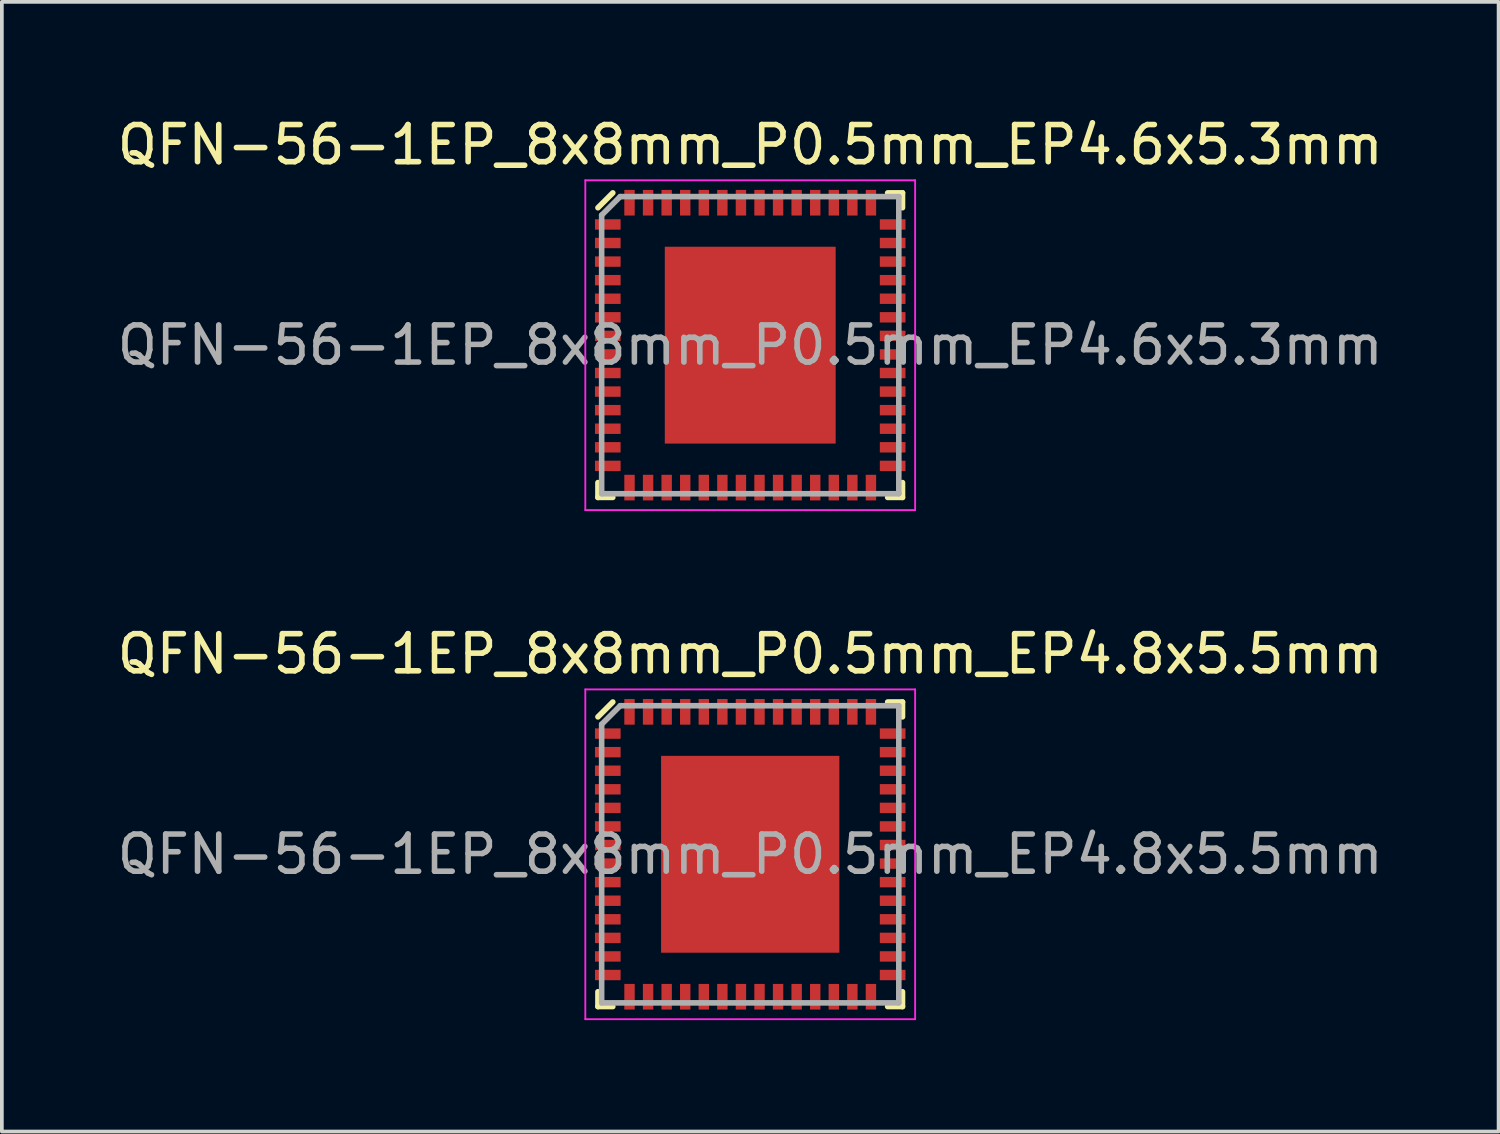
<source format=kicad_pcb>
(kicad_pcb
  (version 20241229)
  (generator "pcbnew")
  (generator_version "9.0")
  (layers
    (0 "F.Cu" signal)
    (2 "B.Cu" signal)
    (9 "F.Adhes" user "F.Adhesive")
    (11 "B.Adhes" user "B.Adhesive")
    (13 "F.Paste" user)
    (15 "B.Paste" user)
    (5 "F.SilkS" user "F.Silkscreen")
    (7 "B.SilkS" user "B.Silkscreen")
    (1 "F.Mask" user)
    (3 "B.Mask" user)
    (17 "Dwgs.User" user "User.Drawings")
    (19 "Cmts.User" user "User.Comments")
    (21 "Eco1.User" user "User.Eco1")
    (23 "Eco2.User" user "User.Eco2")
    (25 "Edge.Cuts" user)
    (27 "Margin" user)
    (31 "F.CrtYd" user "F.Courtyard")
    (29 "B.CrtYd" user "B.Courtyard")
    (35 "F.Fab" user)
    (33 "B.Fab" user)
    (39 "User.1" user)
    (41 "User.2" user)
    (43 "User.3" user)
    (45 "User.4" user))
  (footprint "QFN-56-1EP_8x8mm_P0.5mm_EP4.8x5.5mm"
    (layer "F.Cu")
    (at 17.149 19.951)
    (property "Reference" "QFN-56-1EP_8x8mm_P0.5mm_EP4.8x5.5mm" (at 0 -5.395 0) (layer "F.SilkS") (effects (font (size 1 1) (thickness 0.15))))
    (attr smd)
    (fp_line (start -4.1 -3.7) (end -3.7 -4.1) (stroke (width 0.15) (type solid)) (layer "F.SilkS"))
    (fp_line (start -4.1 4.1) (end -4.1 3.7) (stroke (width 0.15) (type solid)) (layer "F.SilkS"))
    (fp_line (start -4.1 4.1) (end -3.7 4.1) (stroke (width 0.15) (type solid)) (layer "F.SilkS"))
    (fp_line (start 3.7 -4.1) (end 4.1 -4.1) (stroke (width 0.15) (type solid)) (layer "F.SilkS"))
    (fp_line (start 4.1 -4.1) (end 4.1 -3.7) (stroke (width 0.15) (type solid)) (layer "F.SilkS"))
    (fp_line (start 4.1 3.7) (end 4.1 4.1) (stroke (width 0.15) (type solid)) (layer "F.SilkS"))
    (fp_line (start 4.1 4.1) (end 3.7 4.1) (stroke (width 0.15) (type solid)) (layer "F.SilkS"))
    (fp_line (start -4.44 -4.44) (end 4.44 -4.44) (stroke (width 0.05) (type solid)) (layer "F.CrtYd"))
    (fp_line (start -4.44 4.44) (end -4.44 -4.44) (stroke (width 0.05) (type solid)) (layer "F.CrtYd"))
    (fp_line (start 4.44 -4.44) (end 4.44 4.44) (stroke (width 0.05) (type solid)) (layer "F.CrtYd"))
    (fp_line (start 4.44 4.44) (end -4.44 4.44) (stroke (width 0.05) (type solid)) (layer "F.CrtYd"))
    (fp_line (start -4 -3.5) (end -3.5 -4) (stroke (width 0.15) (type solid)) (layer "F.Fab"))
    (fp_line (start -4 4) (end -4 -3.5) (stroke (width 0.15) (type solid)) (layer "F.Fab"))
    (fp_line (start -3.5 -4) (end 4 -4) (stroke (width 0.15) (type solid)) (layer "F.Fab"))
    (fp_line (start 4 -4) (end 4 4) (stroke (width 0.15) (type solid)) (layer "F.Fab"))
    (fp_line (start 4 4) (end -4 4) (stroke (width 0.15) (type solid)) (layer "F.Fab"))
    (fp_text user "${REFERENCE}" (at 0 0 0) (layer "F.Fab") (effects (font (size 1 1) (thickness 0.15))))
    (pad "" smd rect (at -1.2 -2 90) (size 1.14 2.22) (layers "F.Paste"))
    (pad "" smd rect (at -1.2 -0.7 90) (size 1.14 2.22) (layers "F.Paste"))
    (pad "" smd rect (at -1.2 0.7 90) (size 1.14 2.22) (layers "F.Paste"))
    (pad "" smd rect (at -1.2 2 90) (size 1.14 2.22) (layers "F.Paste"))
    (pad "" smd rect (at 1.2 -2 90) (size 1.14 2.22) (layers "F.Paste"))
    (pad "" smd rect (at 1.2 -0.7 90) (size 1.14 2.22) (layers "F.Paste"))
    (pad "" smd rect (at 1.2 0.7 90) (size 1.14 2.226) (layers "F.Paste"))
    (pad "" smd rect (at 1.2 2 90) (size 1.14 2.22) (layers "F.Paste"))
    (pad "1" smd rect (at -3.835 -3.25 90) (size 0.28 0.69) (layers "F.Cu" "F.Mask" "F.Paste"))
    (pad "2" smd rect (at -3.835 -2.75 90) (size 0.28 0.69) (layers "F.Cu" "F.Mask" "F.Paste"))
    (pad "3" smd rect (at -3.835 -2.25 90) (size 0.28 0.69) (layers "F.Cu" "F.Mask" "F.Paste"))
    (pad "4" smd rect (at -3.835 -1.75 90) (size 0.28 0.69) (layers "F.Cu" "F.Mask" "F.Paste"))
    (pad "5" smd rect (at -3.835 -1.25 90) (size 0.28 0.69) (layers "F.Cu" "F.Mask" "F.Paste"))
    (pad "6" smd rect (at -3.835 -0.75 90) (size 0.28 0.69) (layers "F.Cu" "F.Mask" "F.Paste"))
    (pad "7" smd rect (at -3.835 -0.25 90) (size 0.28 0.69) (layers "F.Cu" "F.Mask" "F.Paste"))
    (pad "8" smd rect (at -3.835 0.25 90) (size 0.28 0.69) (layers "F.Cu" "F.Mask" "F.Paste"))
    (pad "9" smd rect (at -3.835 0.75 90) (size 0.28 0.69) (layers "F.Cu" "F.Mask" "F.Paste"))
    (pad "10" smd rect (at -3.835 1.25 90) (size 0.28 0.69) (layers "F.Cu" "F.Mask" "F.Paste"))
    (pad "11" smd rect (at -3.835 1.75 90) (size 0.28 0.69) (layers "F.Cu" "F.Mask" "F.Paste"))
    (pad "12" smd rect (at -3.835 2.25 90) (size 0.28 0.69) (layers "F.Cu" "F.Mask" "F.Paste"))
    (pad "13" smd rect (at -3.835 2.75 90) (size 0.28 0.69) (layers "F.Cu" "F.Mask" "F.Paste"))
    (pad "14" smd rect (at -3.835 3.25 90) (size 0.28 0.69) (layers "F.Cu" "F.Mask" "F.Paste"))
    (pad "15" smd rect (at -3.25 3.835) (size 0.28 0.69) (layers "F.Cu" "F.Mask" "F.Paste"))
    (pad "16" smd rect (at -2.75 3.835) (size 0.28 0.69) (layers "F.Cu" "F.Mask" "F.Paste"))
    (pad "17" smd rect (at -2.25 3.835) (size 0.28 0.69) (layers "F.Cu" "F.Mask" "F.Paste"))
    (pad "18" smd rect (at -1.75 3.835) (size 0.28 0.69) (layers "F.Cu" "F.Mask" "F.Paste"))
    (pad "19" smd rect (at -1.25 3.835) (size 0.28 0.69) (layers "F.Cu" "F.Mask" "F.Paste"))
    (pad "20" smd rect (at -0.75 3.835) (size 0.28 0.69) (layers "F.Cu" "F.Mask" "F.Paste"))
    (pad "21" smd rect (at -0.25 3.835) (size 0.28 0.69) (layers "F.Cu" "F.Mask" "F.Paste"))
    (pad "22" smd rect (at 0.25 3.835) (size 0.28 0.69) (layers "F.Cu" "F.Mask" "F.Paste"))
    (pad "23" smd rect (at 0.75 3.835) (size 0.28 0.69) (layers "F.Cu" "F.Mask" "F.Paste"))
    (pad "24" smd rect (at 1.25 3.835) (size 0.28 0.69) (layers "F.Cu" "F.Mask" "F.Paste"))
    (pad "25" smd rect (at 1.75 3.835) (size 0.28 0.69) (layers "F.Cu" "F.Mask" "F.Paste"))
    (pad "26" smd rect (at 2.25 3.835) (size 0.28 0.69) (layers "F.Cu" "F.Mask" "F.Paste"))
    (pad "27" smd rect (at 2.75 3.835) (size 0.28 0.69) (layers "F.Cu" "F.Mask" "F.Paste"))
    (pad "28" smd rect (at 3.25 3.835) (size 0.28 0.69) (layers "F.Cu" "F.Mask" "F.Paste"))
    (pad "29" smd rect (at 3.835 3.25 90) (size 0.28 0.69) (layers "F.Cu" "F.Mask" "F.Paste"))
    (pad "30" smd rect (at 3.835 2.75 90) (size 0.28 0.69) (layers "F.Cu" "F.Mask" "F.Paste"))
    (pad "31" smd rect (at 3.835 2.25 90) (size 0.28 0.69) (layers "F.Cu" "F.Mask" "F.Paste"))
    (pad "32" smd rect (at 3.835 1.75 90) (size 0.28 0.69) (layers "F.Cu" "F.Mask" "F.Paste"))
    (pad "33" smd rect (at 3.835 1.25 90) (size 0.28 0.69) (layers "F.Cu" "F.Mask" "F.Paste"))
    (pad "34" smd rect (at 3.835 0.75 90) (size 0.28 0.69) (layers "F.Cu" "F.Mask" "F.Paste"))
    (pad "35" smd rect (at 3.835 0.25 90) (size 0.28 0.69) (layers "F.Cu" "F.Mask" "F.Paste"))
    (pad "36" smd rect (at 3.835 -0.25 90) (size 0.28 0.69) (layers "F.Cu" "F.Mask" "F.Paste"))
    (pad "37" smd rect (at 3.835 -0.75 90) (size 0.28 0.69) (layers "F.Cu" "F.Mask" "F.Paste"))
    (pad "38" smd rect (at 3.835 -1.25 90) (size 0.28 0.69) (layers "F.Cu" "F.Mask" "F.Paste"))
    (pad "39" smd rect (at 3.835 -1.75 90) (size 0.28 0.69) (layers "F.Cu" "F.Mask" "F.Paste"))
    (pad "40" smd rect (at 3.835 -2.25 90) (size 0.28 0.69) (layers "F.Cu" "F.Mask" "F.Paste"))
    (pad "41" smd rect (at 3.835 -2.75 90) (size 0.28 0.69) (layers "F.Cu" "F.Mask" "F.Paste"))
    (pad "42" smd rect (at 3.835 -3.25 90) (size 0.28 0.69) (layers "F.Cu" "F.Mask" "F.Paste"))
    (pad "43" smd rect (at 3.25 -3.835) (size 0.28 0.69) (layers "F.Cu" "F.Mask" "F.Paste"))
    (pad "44" smd rect (at 2.75 -3.835) (size 0.28 0.69) (layers "F.Cu" "F.Mask" "F.Paste"))
    (pad "45" smd rect (at 2.25 -3.835) (size 0.28 0.69) (layers "F.Cu" "F.Mask" "F.Paste"))
    (pad "46" smd rect (at 1.75 -3.835) (size 0.28 0.69) (layers "F.Cu" "F.Mask" "F.Paste"))
    (pad "47" smd rect (at 1.25 -3.835) (size 0.28 0.69) (layers "F.Cu" "F.Mask" "F.Paste"))
    (pad "48" smd rect (at 0.75 -3.835) (size 0.28 0.69) (layers "F.Cu" "F.Mask" "F.Paste"))
    (pad "49" smd rect (at 0.25 -3.835) (size 0.28 0.69) (layers "F.Cu" "F.Mask" "F.Paste"))
    (pad "50" smd rect (at -0.25 -3.835) (size 0.28 0.69) (layers "F.Cu" "F.Mask" "F.Paste"))
    (pad "51" smd rect (at -0.75 -3.835) (size 0.28 0.69) (layers "F.Cu" "F.Mask" "F.Paste"))
    (pad "52" smd rect (at -1.25 -3.835) (size 0.28 0.69) (layers "F.Cu" "F.Mask" "F.Paste"))
    (pad "53" smd rect (at -1.75 -3.835) (size 0.28 0.69) (layers "F.Cu" "F.Mask" "F.Paste"))
    (pad "54" smd rect (at -2.25 -3.835) (size 0.28 0.69) (layers "F.Cu" "F.Mask" "F.Paste"))
    (pad "55" smd rect (at -2.75 -3.835) (size 0.28 0.69) (layers "F.Cu" "F.Mask" "F.Paste"))
    (pad "56" smd rect (at -3.25 -3.835) (size 0.28 0.69) (layers "F.Cu" "F.Mask" "F.Paste"))
    (pad "57" smd rect (at 0 0) (size 4.8 5.3) (layers "F.Cu" "F.Mask")))
  (footprint "QFN-56-1EP_8x8mm_P0.5mm_EP4.6x5.3mm"
    (layer "F.Cu")
    (at 17.149 6.243)
    (property "Reference" "QFN-56-1EP_8x8mm_P0.5mm_EP4.6x5.3mm" (at 0 -5.395 0) (layer "F.SilkS") (effects (font (size 1 1) (thickness 0.15))))
    (attr smd)
    (fp_line (start -4.1 -3.7) (end -3.7 -4.1) (stroke (width 0.15) (type solid)) (layer "F.SilkS"))
    (fp_line (start -4.1 4.1) (end -4.1 3.7) (stroke (width 0.15) (type solid)) (layer "F.SilkS"))
    (fp_line (start -4.1 4.1) (end -3.7 4.1) (stroke (width 0.15) (type solid)) (layer "F.SilkS"))
    (fp_line (start 3.7 -4.1) (end 4.1 -4.1) (stroke (width 0.15) (type solid)) (layer "F.SilkS"))
    (fp_line (start 4.1 -4.1) (end 4.1 -3.7) (stroke (width 0.15) (type solid)) (layer "F.SilkS"))
    (fp_line (start 4.1 3.7) (end 4.1 4.1) (stroke (width 0.15) (type solid)) (layer "F.SilkS"))
    (fp_line (start 4.1 4.1) (end 3.7 4.1) (stroke (width 0.15) (type solid)) (layer "F.SilkS"))
    (fp_line (start -4.44 -4.44) (end 4.44 -4.44) (stroke (width 0.05) (type solid)) (layer "F.CrtYd"))
    (fp_line (start -4.44 4.44) (end -4.44 -4.44) (stroke (width 0.05) (type solid)) (layer "F.CrtYd"))
    (fp_line (start 4.44 -4.44) (end 4.44 4.44) (stroke (width 0.05) (type solid)) (layer "F.CrtYd"))
    (fp_line (start 4.44 4.44) (end -4.44 4.44) (stroke (width 0.05) (type solid)) (layer "F.CrtYd"))
    (fp_line (start -4 -3.5) (end -3.5 -4) (stroke (width 0.15) (type solid)) (layer "F.Fab"))
    (fp_line (start -4 4) (end -4 -3.5) (stroke (width 0.15) (type solid)) (layer "F.Fab"))
    (fp_line (start -3.5 -4) (end 4 -4) (stroke (width 0.15) (type solid)) (layer "F.Fab"))
    (fp_line (start 4 -4) (end 4 4) (stroke (width 0.15) (type solid)) (layer "F.Fab"))
    (fp_line (start 4 4) (end -4 4) (stroke (width 0.15) (type solid)) (layer "F.Fab"))
    (fp_text user "${REFERENCE}" (at 0 0 0) (layer "F.Fab") (effects (font (size 1 1) (thickness 0.15))))
    (pad "" smd rect (at -1.1 -1.9 90) (size 1 1.96) (layers "F.Paste"))
    (pad "" smd rect (at -1.1 -0.7 90) (size 1 1.96) (layers "F.Paste"))
    (pad "" smd rect (at -1.1 0.7 90) (size 1 1.96) (layers "F.Paste"))
    (pad "" smd rect (at -1.1 1.9 90) (size 1 1.96) (layers "F.Paste"))
    (pad "" smd rect (at 1.1 -1.9 90) (size 1 1.96) (layers "F.Paste"))
    (pad "" smd rect (at 1.1 -0.7 90) (size 1 1.96) (layers "F.Paste"))
    (pad "" smd rect (at 1.1 0.7 90) (size 1 1.96) (layers "F.Paste"))
    (pad "" smd rect (at 1.1 1.9 90) (size 1 1.96) (layers "F.Paste"))
    (pad "1" smd rect (at -3.835 -3.25 90) (size 0.28 0.69) (layers "F.Cu" "F.Mask" "F.Paste"))
    (pad "2" smd rect (at -3.835 -2.75 90) (size 0.28 0.69) (layers "F.Cu" "F.Mask" "F.Paste"))
    (pad "3" smd rect (at -3.835 -2.25 90) (size 0.28 0.69) (layers "F.Cu" "F.Mask" "F.Paste"))
    (pad "4" smd rect (at -3.835 -1.75 90) (size 0.28 0.69) (layers "F.Cu" "F.Mask" "F.Paste"))
    (pad "5" smd rect (at -3.835 -1.25 90) (size 0.28 0.69) (layers "F.Cu" "F.Mask" "F.Paste"))
    (pad "6" smd rect (at -3.835 -0.75 90) (size 0.28 0.69) (layers "F.Cu" "F.Mask" "F.Paste"))
    (pad "7" smd rect (at -3.835 -0.25 90) (size 0.28 0.69) (layers "F.Cu" "F.Mask" "F.Paste"))
    (pad "8" smd rect (at -3.835 0.25 90) (size 0.28 0.69) (layers "F.Cu" "F.Mask" "F.Paste"))
    (pad "9" smd rect (at -3.835 0.75 90) (size 0.28 0.69) (layers "F.Cu" "F.Mask" "F.Paste"))
    (pad "10" smd rect (at -3.835 1.25 90) (size 0.28 0.69) (layers "F.Cu" "F.Mask" "F.Paste"))
    (pad "11" smd rect (at -3.835 1.75 90) (size 0.28 0.69) (layers "F.Cu" "F.Mask" "F.Paste"))
    (pad "12" smd rect (at -3.835 2.25 90) (size 0.28 0.69) (layers "F.Cu" "F.Mask" "F.Paste"))
    (pad "13" smd rect (at -3.835 2.75 90) (size 0.28 0.69) (layers "F.Cu" "F.Mask" "F.Paste"))
    (pad "14" smd rect (at -3.835 3.25 90) (size 0.28 0.69) (layers "F.Cu" "F.Mask" "F.Paste"))
    (pad "15" smd rect (at -3.25 3.835) (size 0.28 0.69) (layers "F.Cu" "F.Mask" "F.Paste"))
    (pad "16" smd rect (at -2.75 3.835) (size 0.28 0.69) (layers "F.Cu" "F.Mask" "F.Paste"))
    (pad "17" smd rect (at -2.25 3.835) (size 0.28 0.69) (layers "F.Cu" "F.Mask" "F.Paste"))
    (pad "18" smd rect (at -1.75 3.835) (size 0.28 0.69) (layers "F.Cu" "F.Mask" "F.Paste"))
    (pad "19" smd rect (at -1.25 3.835) (size 0.28 0.69) (layers "F.Cu" "F.Mask" "F.Paste"))
    (pad "20" smd rect (at -0.75 3.835) (size 0.28 0.69) (layers "F.Cu" "F.Mask" "F.Paste"))
    (pad "21" smd rect (at -0.25 3.835) (size 0.28 0.69) (layers "F.Cu" "F.Mask" "F.Paste"))
    (pad "22" smd rect (at 0.25 3.835) (size 0.28 0.69) (layers "F.Cu" "F.Mask" "F.Paste"))
    (pad "23" smd rect (at 0.75 3.835) (size 0.28 0.69) (layers "F.Cu" "F.Mask" "F.Paste"))
    (pad "24" smd rect (at 1.25 3.835) (size 0.28 0.69) (layers "F.Cu" "F.Mask" "F.Paste"))
    (pad "25" smd rect (at 1.75 3.835) (size 0.28 0.69) (layers "F.Cu" "F.Mask" "F.Paste"))
    (pad "26" smd rect (at 2.25 3.835) (size 0.28 0.69) (layers "F.Cu" "F.Mask" "F.Paste"))
    (pad "27" smd rect (at 2.75 3.835) (size 0.28 0.69) (layers "F.Cu" "F.Mask" "F.Paste"))
    (pad "28" smd rect (at 3.25 3.835) (size 0.28 0.69) (layers "F.Cu" "F.Mask" "F.Paste"))
    (pad "29" smd rect (at 3.835 3.25 90) (size 0.28 0.69) (layers "F.Cu" "F.Mask" "F.Paste"))
    (pad "30" smd rect (at 3.835 2.75 90) (size 0.28 0.69) (layers "F.Cu" "F.Mask" "F.Paste"))
    (pad "31" smd rect (at 3.835 2.25 90) (size 0.28 0.69) (layers "F.Cu" "F.Mask" "F.Paste"))
    (pad "32" smd rect (at 3.835 1.75 90) (size 0.28 0.69) (layers "F.Cu" "F.Mask" "F.Paste"))
    (pad "33" smd rect (at 3.835 1.25 90) (size 0.28 0.69) (layers "F.Cu" "F.Mask" "F.Paste"))
    (pad "34" smd rect (at 3.835 0.75 90) (size 0.28 0.69) (layers "F.Cu" "F.Mask" "F.Paste"))
    (pad "35" smd rect (at 3.835 0.25 90) (size 0.28 0.69) (layers "F.Cu" "F.Mask" "F.Paste"))
    (pad "36" smd rect (at 3.835 -0.25 90) (size 0.28 0.69) (layers "F.Cu" "F.Mask" "F.Paste"))
    (pad "37" smd rect (at 3.835 -0.75 90) (size 0.28 0.69) (layers "F.Cu" "F.Mask" "F.Paste"))
    (pad "38" smd rect (at 3.835 -1.25 90) (size 0.28 0.69) (layers "F.Cu" "F.Mask" "F.Paste"))
    (pad "39" smd rect (at 3.835 -1.75 90) (size 0.28 0.69) (layers "F.Cu" "F.Mask" "F.Paste"))
    (pad "40" smd rect (at 3.835 -2.25 90) (size 0.28 0.69) (layers "F.Cu" "F.Mask" "F.Paste"))
    (pad "41" smd rect (at 3.835 -2.75 90) (size 0.28 0.69) (layers "F.Cu" "F.Mask" "F.Paste"))
    (pad "42" smd rect (at 3.835 -3.25 90) (size 0.28 0.69) (layers "F.Cu" "F.Mask" "F.Paste"))
    (pad "43" smd rect (at 3.25 -3.835) (size 0.28 0.69) (layers "F.Cu" "F.Mask" "F.Paste"))
    (pad "44" smd rect (at 2.75 -3.835) (size 0.28 0.69) (layers "F.Cu" "F.Mask" "F.Paste"))
    (pad "45" smd rect (at 2.25 -3.835) (size 0.28 0.69) (layers "F.Cu" "F.Mask" "F.Paste"))
    (pad "46" smd rect (at 1.75 -3.835) (size 0.28 0.69) (layers "F.Cu" "F.Mask" "F.Paste"))
    (pad "47" smd rect (at 1.25 -3.835) (size 0.28 0.69) (layers "F.Cu" "F.Mask" "F.Paste"))
    (pad "48" smd rect (at 0.75 -3.835) (size 0.28 0.69) (layers "F.Cu" "F.Mask" "F.Paste"))
    (pad "49" smd rect (at 0.25 -3.835) (size 0.28 0.69) (layers "F.Cu" "F.Mask" "F.Paste"))
    (pad "50" smd rect (at -0.25 -3.835) (size 0.28 0.69) (layers "F.Cu" "F.Mask" "F.Paste"))
    (pad "51" smd rect (at -0.75 -3.835) (size 0.28 0.69) (layers "F.Cu" "F.Mask" "F.Paste"))
    (pad "52" smd rect (at -1.25 -3.835) (size 0.28 0.69) (layers "F.Cu" "F.Mask" "F.Paste"))
    (pad "53" smd rect (at -1.75 -3.835) (size 0.28 0.69) (layers "F.Cu" "F.Mask" "F.Paste"))
    (pad "54" smd rect (at -2.25 -3.835) (size 0.28 0.69) (layers "F.Cu" "F.Mask" "F.Paste"))
    (pad "55" smd rect (at -2.75 -3.835) (size 0.28 0.69) (layers "F.Cu" "F.Mask" "F.Paste"))
    (pad "56" smd rect (at -3.25 -3.835) (size 0.28 0.69) (layers "F.Cu" "F.Mask" "F.Paste"))
    (pad "57" smd rect (at 0 0) (size 4.6 5.3) (layers "F.Cu" "F.Mask")))
  (gr_rect
    (start -3 -3)
    (end 37.298 27.416)
    (stroke (width 0.1) (type default))
    (fill no)
    (layer "Edge.Cuts")))
</source>
